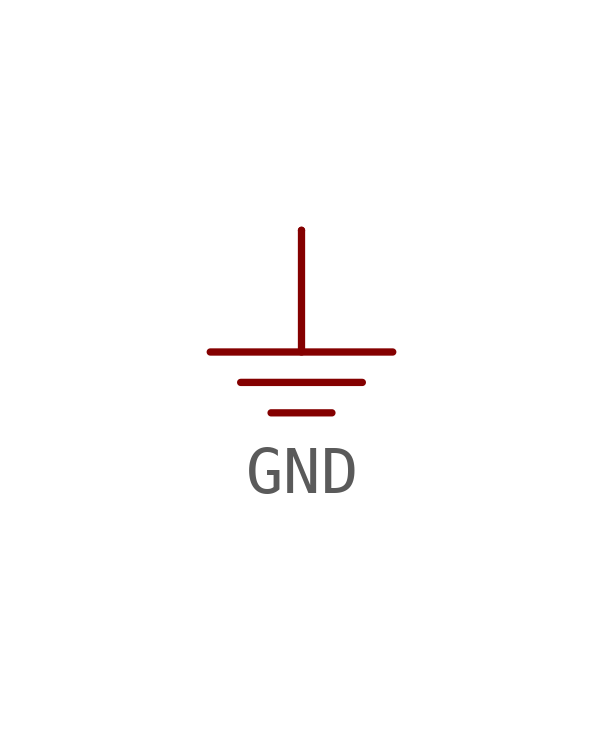
<source format=kicad_sym>
(kicad_symbol_lib
  (version 20241209)
  (generator "kicad_symbol_editor")
  (generator_version "9.0")
  (symbol "GND"
    (power)
    (pin_numbers
      (hide yes))
    (pin_names
      (offset 0)
      (hide yes))
    (property "Reference" "#PWR"
      (at -2.794 5.588 0)
      (effects (font (size 1.27 1.27)) (hide yes)))
    (symbol "GND_0_1"
      (polyline (pts (xy -1.905 -1.27) (xy 1.905 -1.27)) (stroke (width 0) (type default)) (fill (type none)))
      (polyline (pts (xy -1.27 -1.905) (xy 1.27 -1.905)) (stroke (width 0) (type default)) (fill (type none)))
      (polyline (pts (xy -0.635 -2.54) (xy 0.635 -2.54)) (stroke (width 0) (type default)) (fill (type none)))
      (polyline (pts (xy 0 1.27) (xy 0 -1.27)) (stroke (width 0) (type default)) (fill (type none))))
    (symbol "GND_1_0"
      (pin power_in line (at 0 1.27 270) (length 0) (name "~" (effects (font (size 1.27 1.27)))) (number "1" (effects (font (size 1.27 1.27))))))))
</source>
